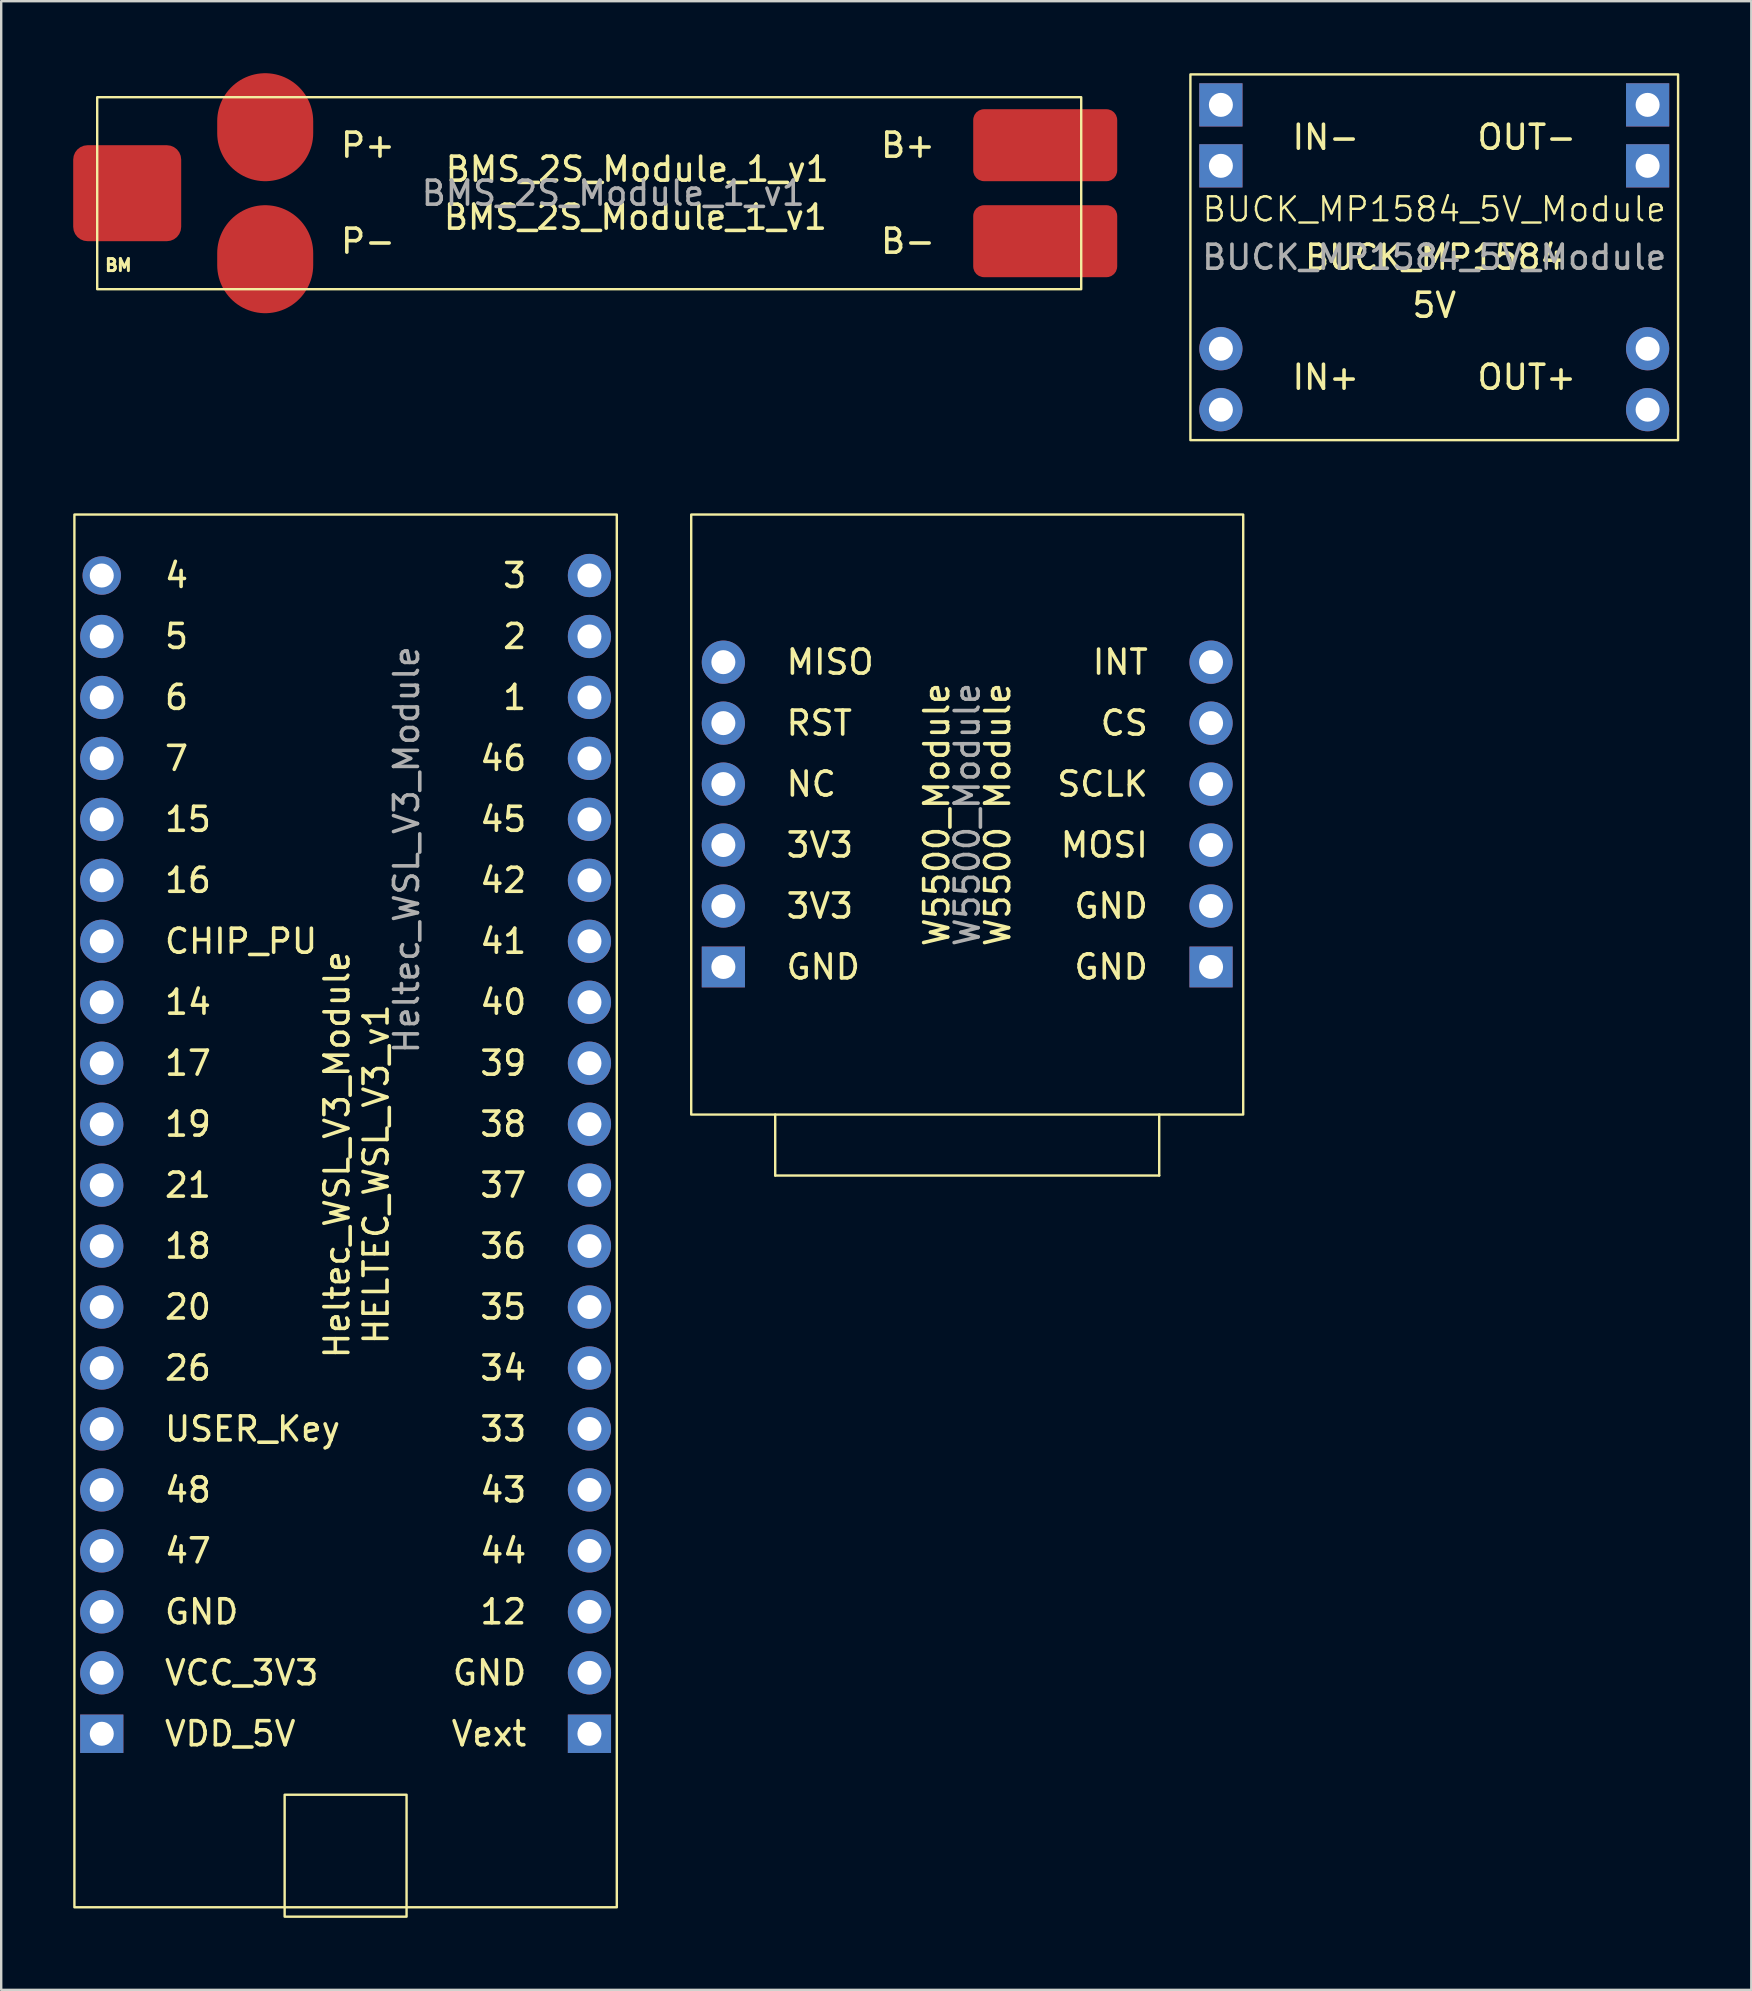
<source format=kicad_pcb>
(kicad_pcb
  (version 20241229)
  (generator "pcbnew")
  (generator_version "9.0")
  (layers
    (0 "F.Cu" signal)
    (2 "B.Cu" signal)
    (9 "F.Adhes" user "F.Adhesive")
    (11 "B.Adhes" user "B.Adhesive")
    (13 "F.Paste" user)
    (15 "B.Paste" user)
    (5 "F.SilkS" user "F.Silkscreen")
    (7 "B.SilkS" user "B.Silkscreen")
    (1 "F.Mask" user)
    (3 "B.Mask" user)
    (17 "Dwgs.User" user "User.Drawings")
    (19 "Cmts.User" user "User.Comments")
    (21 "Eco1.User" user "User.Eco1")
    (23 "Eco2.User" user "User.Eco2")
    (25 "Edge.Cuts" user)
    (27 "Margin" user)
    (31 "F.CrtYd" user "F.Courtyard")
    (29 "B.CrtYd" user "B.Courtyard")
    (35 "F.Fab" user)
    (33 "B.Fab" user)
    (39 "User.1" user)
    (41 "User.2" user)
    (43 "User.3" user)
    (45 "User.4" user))
  (footprint "Heltec_WSL_V3_Module"
    (layer "F.Cu")
    (at 11.35 48.87)
    (property "Reference" "Heltec_WSL_V3_Module" (at -0.36 -3.81 90) (unlocked yes) (layer "F.SilkS") (effects (font (size 1 1) (thickness 0.15))))
    (attr smd)
    (fp_rect (start -11.3 -30.48) (end 11.3 27.55) (stroke (width 0.1) (type default)) (fill no) (layer "F.SilkS"))
    (fp_rect (start -2.54 22.86) (end 2.54 27.94) (stroke (width 0.1) (type default)) (fill no) (layer "F.SilkS"))
    (fp_text user "37" (at 7.62 -2.54 0) (unlocked yes) (layer "F.SilkS") (effects (font (size 1 1) (thickness 0.15)) (justify right)))
    (fp_text user "34" (at 7.62 5.08 0) (unlocked yes) (layer "F.SilkS") (effects (font (size 1 1) (thickness 0.15)) (justify right)))
    (fp_text user "GND" (at -7.62 15.24 0) (unlocked yes) (layer "F.SilkS") (effects (font (size 1 1) (thickness 0.15)) (justify left)))
    (fp_text user "21" (at -7.62 -2.54 0) (unlocked yes) (layer "F.SilkS") (effects (font (size 1 1) (thickness 0.15)) (justify left)))
    (fp_text user "Vext" (at 7.62 20.32 0) (unlocked yes) (layer "F.SilkS") (effects (font (size 1 1) (thickness 0.15)) (justify right)))
    (fp_text user "USER_Key" (at -7.62 7.62 0) (unlocked yes) (layer "F.SilkS") (effects (font (size 1 1) (thickness 0.15)) (justify left)))
    (fp_text user "2" (at 7.62 -25.4 0) (unlocked yes) (layer "F.SilkS") (effects (font (size 1 1) (thickness 0.15)) (justify right)))
    (fp_text user "7" (at -7.62 -20.32 0) (unlocked yes) (layer "F.SilkS") (effects (font (size 1 1) (thickness 0.15)) (justify left)))
    (fp_text user "HELTEC_WSL_V3_v1" (at 1.27 -10.16 90) (unlocked yes) (layer "F.SilkS") (effects (font (size 1 1) (thickness 0.15)) (justify right)))
    (fp_text user "18" (at -7.62 0 0) (unlocked yes) (layer "F.SilkS") (effects (font (size 1 1) (thickness 0.15)) (justify left)))
    (fp_text user "19" (at -7.62 -5.08 0) (unlocked yes) (layer "F.SilkS") (effects (font (size 1 1) (thickness 0.15)) (justify left)))
    (fp_text user "40" (at 7.62 -10.16 0) (unlocked yes) (layer "F.SilkS") (effects (font (size 1 1) (thickness 0.15)) (justify right)))
    (fp_text user "46" (at 7.62 -20.32 0) (unlocked yes) (layer "F.SilkS") (effects (font (size 1 1) (thickness 0.15)) (justify right)))
    (fp_text user "3" (at 7.62 -27.94 0) (unlocked yes) (layer "F.SilkS") (effects (font (size 1 1) (thickness 0.15)) (justify right)))
    (fp_text user "16" (at -7.62 -15.24 0) (unlocked yes) (layer "F.SilkS") (effects (font (size 1 1) (thickness 0.15)) (justify left)))
    (fp_text user "VCC_3V3" (at -7.62 17.78 0) (unlocked yes) (layer "F.SilkS") (effects (font (size 1 1) (thickness 0.15)) (justify left)))
    (fp_text user "43" (at 7.62 10.16 0) (unlocked yes) (layer "F.SilkS") (effects (font (size 1 1) (thickness 0.15)) (justify right)))
    (fp_text user "41" (at 7.62 -12.7 0) (unlocked yes) (layer "F.SilkS") (effects (font (size 1 1) (thickness 0.15)) (justify right)))
    (fp_text user "33" (at 7.62 7.62 0) (unlocked yes) (layer "F.SilkS") (effects (font (size 1 1) (thickness 0.15)) (justify right)))
    (fp_text user "42" (at 7.62 -15.24 0) (unlocked yes) (layer "F.SilkS") (effects (font (size 1 1) (thickness 0.15)) (justify right)))
    (fp_text user "36" (at 7.62 0 0) (unlocked yes) (layer "F.SilkS") (effects (font (size 1 1) (thickness 0.15)) (justify right)))
    (fp_text user "12" (at 7.62 15.24 0) (unlocked yes) (layer "F.SilkS") (effects (font (size 1 1) (thickness 0.15)) (justify right)))
    (fp_text user "6" (at -7.62 -22.86 0) (unlocked yes) (layer "F.SilkS") (effects (font (size 1 1) (thickness 0.15)) (justify left)))
    (fp_text user "14" (at -7.62 -10.16 0) (unlocked yes) (layer "F.SilkS") (effects (font (size 1 1) (thickness 0.15)) (justify left)))
    (fp_text user "48" (at -7.62 10.16 0) (unlocked yes) (layer "F.SilkS") (effects (font (size 1 1) (thickness 0.15)) (justify left)))
    (fp_text user "26" (at -7.62 5.08 0) (unlocked yes) (layer "F.SilkS") (effects (font (size 1 1) (thickness 0.15)) (justify left)))
    (fp_text user "VDD_5V" (at -7.62 20.32 0) (unlocked yes) (layer "F.SilkS") (effects (font (size 1 1) (thickness 0.15)) (justify left)))
    (fp_text user "CHIP_PU" (at -7.62 -12.7 0) (unlocked yes) (layer "F.SilkS") (effects (font (size 1 1) (thickness 0.15)) (justify left)))
    (fp_text user "20" (at -7.62 2.54 0) (unlocked yes) (layer "F.SilkS") (effects (font (size 1 1) (thickness 0.15)) (justify left)))
    (fp_text user "15" (at -7.62 -17.78 0) (unlocked yes) (layer "F.SilkS") (effects (font (size 1 1) (thickness 0.15)) (justify left)))
    (fp_text user "44" (at 7.62 12.7 0) (unlocked yes) (layer "F.SilkS") (effects (font (size 1 1) (thickness 0.15)) (justify right)))
    (fp_text user "47" (at -7.62 12.7 0) (unlocked yes) (layer "F.SilkS") (effects (font (size 1 1) (thickness 0.15)) (justify left)))
    (fp_text user "GND" (at 7.62 17.78 0) (unlocked yes) (layer "F.SilkS") (effects (font (size 1 1) (thickness 0.15)) (justify right)))
    (fp_text user "5" (at -7.62 -25.4 0) (unlocked yes) (layer "F.SilkS") (effects (font (size 1 1) (thickness 0.15)) (justify left)))
    (fp_text user "17" (at -7.62 -7.62 0) (unlocked yes) (layer "F.SilkS") (effects (font (size 1 1) (thickness 0.15)) (justify left)))
    (fp_text user "1" (at 7.62 -22.86 0) (unlocked yes) (layer "F.SilkS") (effects (font (size 1 1) (thickness 0.15)) (justify right)))
    (fp_text user "4" (at -7.62 -27.94 0) (unlocked yes) (layer "F.SilkS") (effects (font (size 1 1) (thickness 0.15)) (justify left)))
    (fp_text user "38" (at 7.62 -5.08 0) (unlocked yes) (layer "F.SilkS") (effects (font (size 1 1) (thickness 0.15)) (justify right)))
    (fp_text user "39" (at 7.62 -7.62 0) (unlocked yes) (layer "F.SilkS") (effects (font (size 1 1) (thickness 0.15)) (justify right)))
    (fp_text user "35" (at 7.62 2.54 0) (unlocked yes) (layer "F.SilkS") (effects (font (size 1 1) (thickness 0.15)) (justify right)))
    (fp_text user "45" (at 7.62 -17.78 0) (unlocked yes) (layer "F.SilkS") (effects (font (size 1 1) (thickness 0.15)) (justify right)))
    (fp_text user "${REFERENCE}" (at 2.54 -16.51 90) (unlocked yes) (layer "F.Fab") (effects (font (size 1 1) (thickness 0.15))))
    (pad "1" thru_hole rect (at 10.16 20.32) (size 1.8 1.6) (drill 1) (layers "*.Cu" "*.Mask"))
    (pad "2" thru_hole circle (at 10.16 17.78 270) (size 1.8 1.8) (drill 1) (layers "*.Cu" "*.Mask"))
    (pad "3" thru_hole circle (at 10.16 15.24 270) (size 1.8 1.8) (drill 1) (layers "*.Cu" "*.Mask"))
    (pad "4" thru_hole circle (at 10.16 12.7 270) (size 1.8 1.8) (drill 1) (layers "*.Cu" "*.Mask"))
    (pad "5" thru_hole circle (at 10.16 10.16 270) (size 1.8 1.8) (drill 1) (layers "*.Cu" "*.Mask"))
    (pad "6" thru_hole circle (at 10.16 7.62 270) (size 1.8 1.8) (drill 1) (layers "*.Cu" "*.Mask"))
    (pad "7" thru_hole circle (at 10.16 5.08 270) (size 1.8 1.8) (drill 1) (layers "*.Cu" "*.Mask"))
    (pad "8" thru_hole circle (at 10.16 2.54 270) (size 1.8 1.8) (drill 1) (layers "*.Cu" "*.Mask"))
    (pad "9" thru_hole circle (at 10.16 0 270) (size 1.8 1.8) (drill 1) (layers "*.Cu" "*.Mask"))
    (pad "10" thru_hole circle (at 10.16 -2.54 270) (size 1.8 1.8) (drill 1) (layers "*.Cu" "*.Mask"))
    (pad "11" thru_hole circle (at 10.16 -5.08 270) (size 1.8 1.8) (drill 1) (layers "*.Cu" "*.Mask"))
    (pad "12" thru_hole circle (at 10.16 -7.62 270) (size 1.8 1.8) (drill 1) (layers "*.Cu" "*.Mask"))
    (pad "13" thru_hole circle (at 10.16 -10.16 270) (size 1.8 1.8) (drill 1) (layers "*.Cu" "*.Mask"))
    (pad "14" thru_hole circle (at 10.16 -12.7 270) (size 1.8 1.8) (drill 1) (layers "*.Cu" "*.Mask"))
    (pad "15" thru_hole circle (at 10.16 -15.24 270) (size 1.8 1.8) (drill 1) (layers "*.Cu" "*.Mask"))
    (pad "16" thru_hole circle (at 10.16 -17.78 270) (size 1.8 1.8) (drill 1) (layers "*.Cu" "*.Mask"))
    (pad "17" thru_hole circle (at 10.16 -20.32 270) (size 1.8 1.8) (drill 1) (layers "*.Cu" "*.Mask"))
    (pad "18" thru_hole circle (at 10.16 -22.86 270) (size 1.8 1.8) (drill 1) (layers "*.Cu" "*.Mask"))
    (pad "19" thru_hole circle (at 10.16 -25.4 270) (size 1.8 1.8) (drill 1) (layers "*.Cu" "*.Mask"))
    (pad "20" thru_hole circle (at 10.16 -27.94 270) (size 1.8 1.8) (drill 1) (layers "*.Cu" "*.Mask"))
    (pad "21" thru_hole rect (at -10.16 20.32) (size 1.8 1.6) (drill 1) (layers "*.Cu" "*.Mask"))
    (pad "22" thru_hole circle (at -10.16 17.78 270) (size 1.8 1.8) (drill 1) (layers "*.Cu" "*.Mask"))
    (pad "23" thru_hole circle (at -10.16 15.24 270) (size 1.8 1.8) (drill 1) (layers "*.Cu" "*.Mask"))
    (pad "24" thru_hole circle (at -10.16 12.7 270) (size 1.8 1.8) (drill 1) (layers "*.Cu" "*.Mask"))
    (pad "25" thru_hole circle (at -10.16 10.16 270) (size 1.8 1.8) (drill 1) (layers "*.Cu" "*.Mask"))
    (pad "26" thru_hole circle (at -10.16 7.62 270) (size 1.8 1.8) (drill 1) (layers "*.Cu" "*.Mask"))
    (pad "27" thru_hole circle (at -10.16 5.08 270) (size 1.8 1.8) (drill 1) (layers "*.Cu" "*.Mask"))
    (pad "28" thru_hole circle (at -10.16 2.54 270) (size 1.8 1.8) (drill 1) (layers "*.Cu" "*.Mask"))
    (pad "29" thru_hole circle (at -10.16 0 270) (size 1.8 1.8) (drill 1) (layers "*.Cu" "*.Mask"))
    (pad "30" thru_hole circle (at -10.16 -2.54 270) (size 1.8 1.8) (drill 1) (layers "*.Cu" "*.Mask"))
    (pad "31" thru_hole circle (at -10.16 -5.08 270) (size 1.8 1.8) (drill 1) (layers "*.Cu" "*.Mask"))
    (pad "32" thru_hole circle (at -10.16 -7.62 270) (size 1.8 1.8) (drill 1) (layers "*.Cu" "*.Mask"))
    (pad "33" thru_hole circle (at -10.16 -10.16 270) (size 1.8 1.8) (drill 1) (layers "*.Cu" "*.Mask"))
    (pad "34" thru_hole circle (at -10.16 -12.7 270) (size 1.8 1.8) (drill 1) (layers "*.Cu" "*.Mask"))
    (pad "35" thru_hole circle (at -10.16 -15.24 270) (size 1.8 1.8) (drill 1) (layers "*.Cu" "*.Mask"))
    (pad "36" thru_hole circle (at -10.16 -17.78 270) (size 1.8 1.8) (drill 1) (layers "*.Cu" "*.Mask"))
    (pad "37" thru_hole circle (at -10.16 -20.32 270) (size 1.8 1.8) (drill 1) (layers "*.Cu" "*.Mask"))
    (pad "38" thru_hole circle (at -10.16 -22.86 270) (size 1.8 1.8) (drill 1) (layers "*.Cu" "*.Mask"))
    (pad "39" thru_hole circle (at -10.16 -25.4 270) (size 1.8 1.8) (drill 1) (layers "*.Cu" "*.Mask"))
    (pad "40" thru_hole circle (at -10.16 -27.94 270) (size 1.6 1.6) (drill 1) (layers "*.Cu" "*.Mask")))
  (footprint "W5500_Module"
    (layer "F.Cu")
    (at 37.25 30.89)
    (property "Reference" "W5500_Module" (at -1.27 0 90) (unlocked yes) (layer "F.SilkS") (effects (font (size 1 1) (thickness 0.15))))
    (attr smd)
    (fp_line (start -8 15.04) (end -8 12.5) (stroke (width 0.1) (type default)) (layer "F.SilkS"))
    (fp_line (start 8 12.5) (end 8 15.04) (stroke (width 0.1) (type default)) (layer "F.SilkS"))
    (fp_line (start 8 15.04) (end -8 15.04) (stroke (width 0.1) (type default)) (layer "F.SilkS"))
    (fp_rect (start -11.5 -12.5) (end 11.5 12.5) (stroke (width 0.1) (type default)) (fill no) (layer "F.SilkS"))
    (fp_text user "3V3" (at -7.62 1.27 0) (unlocked yes) (layer "F.SilkS") (effects (font (size 1 1) (thickness 0.15)) (justify left)))
    (fp_text user "GND" (at 7.62 3.81 0) (unlocked yes) (layer "F.SilkS") (effects (font (size 1 1) (thickness 0.15)) (justify right)))
    (fp_text user "W5500 Module" (at 1.27 0 90) (unlocked yes) (layer "F.SilkS") (effects (font (size 1 1) (thickness 0.15))))
    (fp_text user "3V3" (at -7.62 3.81 0) (unlocked yes) (layer "F.SilkS") (effects (font (size 1 1) (thickness 0.15)) (justify left)))
    (fp_text user "SCLK" (at 7.62 -1.27 0) (unlocked yes) (layer "F.SilkS") (effects (font (size 1 1) (thickness 0.15)) (justify right)))
    (fp_text user "INT" (at 7.62 -6.35 0) (unlocked yes) (layer "F.SilkS") (effects (font (size 1 1) (thickness 0.15)) (justify right)))
    (fp_text user "MISO" (at -7.62 -6.35 0) (unlocked yes) (layer "F.SilkS") (effects (font (size 1 1) (thickness 0.15)) (justify left)))
    (fp_text user "GND" (at -7.62 6.35 0) (unlocked yes) (layer "F.SilkS") (effects (font (size 1 1) (thickness 0.15)) (justify left)))
    (fp_text user "NC" (at -7.62 -1.27 0) (unlocked yes) (layer "F.SilkS") (effects (font (size 1 1) (thickness 0.15)) (justify left)))
    (fp_text user "GND" (at 7.62 6.35 0) (unlocked yes) (layer "F.SilkS") (effects (font (size 1 1) (thickness 0.15)) (justify right)))
    (fp_text user "RST" (at -7.62 -3.81 0) (unlocked yes) (layer "F.SilkS") (effects (font (size 1 1) (thickness 0.15)) (justify left)))
    (fp_text user "CS" (at 7.62 -3.81 0) (unlocked yes) (layer "F.SilkS") (effects (font (size 1 1) (thickness 0.15)) (justify right)))
    (fp_text user "MOSI" (at 7.62 1.27 0) (unlocked yes) (layer "F.SilkS") (effects (font (size 1 1) (thickness 0.15)) (justify right)))
    (fp_text user "${REFERENCE}" (at 0 0 90) (unlocked yes) (layer "F.Fab") (effects (font (size 1 1) (thickness 0.15))))
    (pad "1" thru_hole rect (at -10.16 6.35 180) (size 1.8 1.7) (drill 1) (layers "*.Cu" "*.Mask"))
    (pad "1" thru_hole circle (at 10.16 3.81 180) (size 1.8 1.8) (drill 1) (layers "*.Cu" "*.Mask"))
    (pad "1" thru_hole rect (at 10.16 6.35 180) (size 1.8 1.7) (drill 1) (layers "*.Cu" "*.Mask"))
    (pad "2" thru_hole circle (at -10.16 1.27 180) (size 1.8 1.8) (drill 1) (layers "*.Cu" "*.Mask"))
    (pad "2" thru_hole circle (at -10.16 3.81 180) (size 1.8 1.8) (drill 1) (layers "*.Cu" "*.Mask"))
    (pad "3" thru_hole circle (at -10.16 -1.27 180) (size 1.8 1.8) (drill 1) (layers "*.Cu" "*.Mask"))
    (pad "4" thru_hole circle (at -10.16 -3.81 180) (size 1.8 1.8) (drill 1) (layers "*.Cu" "*.Mask"))
    (pad "5" thru_hole circle (at -10.16 -6.35 180) (size 1.8 1.8) (drill 1) (layers "*.Cu" "*.Mask"))
    (pad "6" thru_hole circle (at 10.16 1.27 180) (size 1.8 1.8) (drill 1) (layers "*.Cu" "*.Mask"))
    (pad "7" thru_hole circle (at 10.16 -1.27 180) (size 1.8 1.8) (drill 1) (layers "*.Cu" "*.Mask"))
    (pad "8" thru_hole circle (at 10.16 -3.81 180) (size 1.8 1.8) (drill 1) (layers "*.Cu" "*.Mask"))
    (pad "9" thru_hole circle (at 10.16 -6.35 180) (size 1.8 1.8) (drill 1) (layers "*.Cu" "*.Mask")))
  (footprint "BMS_2S_Module_1_v1"
    (layer "F.Cu")
    (at 21.5 5)
    (property "Reference" "BMS_2S_Module_1_v1" (at 2 -1 0) (unlocked yes) (layer "F.SilkS") (effects (font (size 1 1) (thickness 0.15))))
    (attr smd)
    (fp_rect (start -20.5 -4) (end 20.5 4) (stroke (width 0.1) (type solid)) (fill no) (layer "F.SilkS"))
    (fp_text user "B-" (at 14.5 2 0) (unlocked yes) (layer "F.SilkS") (effects (font (size 1 1) (thickness 0.15)) (justify right)))
    (fp_text user "B+" (at 14.5 -2 0) (unlocked yes) (layer "F.SilkS") (effects (font (size 1 1) (thickness 0.15)) (justify right)))
    (fp_text user "BMS_2S_Module_1_v1" (at 10 1 0) (unlocked yes) (layer "F.SilkS") (effects (font (size 1 1) (thickness 0.15)) (justify right)))
    (fp_text user "BM" (at -19 3 0) (unlocked yes) (layer "F.SilkS") (effects (font (size 0.5 0.5) (thickness 0.15)) (justify right)))
    (fp_text user "P+" (at -8 -2 0) (unlocked yes) (layer "F.SilkS") (effects (font (size 1 1) (thickness 0.15)) (justify right)))
    (fp_text user "P-" (at -8 2 0) (unlocked yes) (layer "F.SilkS") (effects (font (size 1 1) (thickness 0.15)) (justify right)))
    (fp_text user "${REFERENCE}" (at 1 0 0) (unlocked yes) (layer "F.Fab") (effects (font (size 1 1) (thickness 0.15))))
    (pad "1" smd oval (at -13.5 2.75) (size 4 4.5) (layers "F.Cu" "F.Mask" "F.Paste"))
    (pad "2" smd oval (at -13.5 -2.75) (size 4 4.5) (layers "F.Cu" "F.Mask" "F.Paste"))
    (pad "3" smd roundrect (at 19 2) (size 6 3) (layers "F.Cu" "F.Mask" "F.Paste") (roundrect_rratio 0.15))
    (pad "4" smd roundrect (at 19 -2) (size 6 3) (layers "F.Cu" "F.Mask" "F.Paste") (roundrect_rratio 0.15))
    (pad "5" smd roundrect (at -19.25 0 90) (size 4 4.5) (layers "F.Cu" "F.Mask" "F.Paste") (roundrect_rratio 0.15)))
  (footprint "BUCK_MP1584_5V_Module"
    (layer "F.Cu")
    (at 56.71 7.67)
    (property "Reference" "BUCK_MP1584_5V_Module" (at 0 -2 0) (unlocked yes) (layer "F.SilkS") (effects (font (size 1 1) (thickness 0.1))))
    (attr smd)
    (fp_rect (start -10.16 -7.62) (end 10.16 7.62) (stroke (width 0.1) (type default)) (fill no) (layer "F.SilkS"))
    (fp_text user "5V" (at 0 2 0) (unlocked yes) (layer "F.SilkS") (effects (font (size 1 1) (thickness 0.15))))
    (fp_text user "OUT-" (at 6 -5 0) (unlocked yes) (layer "F.SilkS") (effects (font (size 1 1) (thickness 0.15)) (justify right)))
    (fp_text user "IN+" (at -6 5 0) (unlocked yes) (layer "F.SilkS") (effects (font (size 1 1) (thickness 0.15)) (justify left)))
    (fp_text user "OUT+" (at 6 5 0) (unlocked yes) (layer "F.SilkS") (effects (font (size 1 1) (thickness 0.15)) (justify right)))
    (fp_text user "IN-" (at -6 -5 0) (unlocked yes) (layer "F.SilkS") (effects (font (size 1 1) (thickness 0.15)) (justify left)))
    (fp_text user "BUCK_MP1584" (at 0 0 0) (unlocked yes) (layer "F.SilkS") (effects (font (size 1 1) (thickness 0.15))))
    (fp_text user "${REFERENCE}" (at 0 0 0) (unlocked yes) (layer "F.Fab") (effects (font (size 1 1) (thickness 0.15))))
    (pad "1" thru_hole circle (at -8.89 3.81) (size 1.8 1.8) (drill 1) (layers "*.Cu" "*.Mask"))
    (pad "1" thru_hole circle (at -8.89 6.35) (size 1.8 1.8) (drill 1) (layers "*.Cu" "*.Mask"))
    (pad "2" thru_hole rect (at -8.89 -6.35) (size 1.8 1.8) (drill 1) (layers "*.Cu" "*.Mask"))
    (pad "2" thru_hole rect (at -8.89 -3.81) (size 1.8 1.8) (drill 1) (layers "*.Cu" "*.Mask"))
    (pad "3" thru_hole circle (at 8.89 3.81) (size 1.8 1.8) (drill 1) (layers "*.Cu" "*.Mask"))
    (pad "3" thru_hole circle (at 8.89 6.35) (size 1.8 1.8) (drill 1) (layers "*.Cu" "*.Mask"))
    (pad "4" thru_hole rect (at 8.89 -6.35) (size 1.8 1.8) (drill 1) (layers "*.Cu" "*.Mask"))
    (pad "4" thru_hole rect (at 8.89 -3.81) (size 1.8 1.8) (drill 1) (layers "*.Cu" "*.Mask")))
  (gr_rect
    (start -3 -3)
    (end 69.92 79.86)
    (stroke (width 0.1) (type default))
    (fill no)
    (layer "Edge.Cuts")))
</source>
